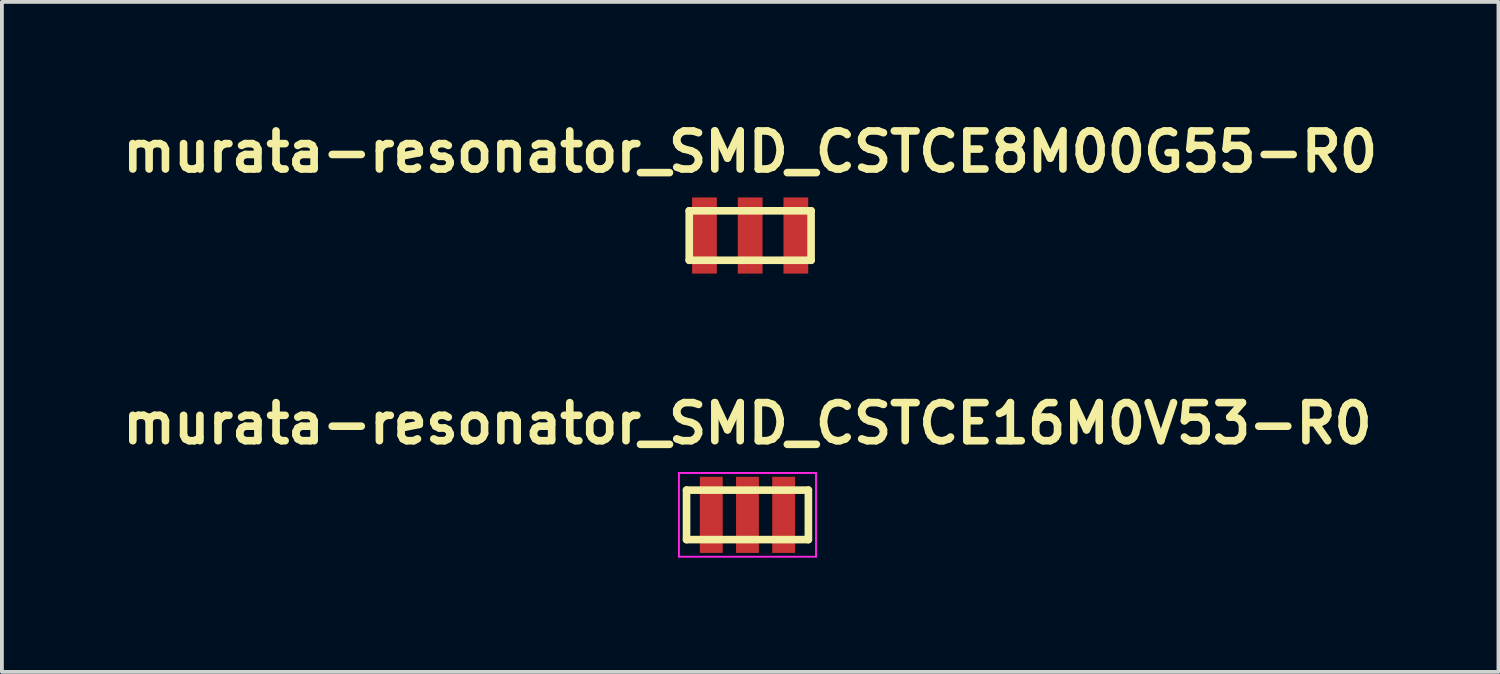
<source format=kicad_pcb>
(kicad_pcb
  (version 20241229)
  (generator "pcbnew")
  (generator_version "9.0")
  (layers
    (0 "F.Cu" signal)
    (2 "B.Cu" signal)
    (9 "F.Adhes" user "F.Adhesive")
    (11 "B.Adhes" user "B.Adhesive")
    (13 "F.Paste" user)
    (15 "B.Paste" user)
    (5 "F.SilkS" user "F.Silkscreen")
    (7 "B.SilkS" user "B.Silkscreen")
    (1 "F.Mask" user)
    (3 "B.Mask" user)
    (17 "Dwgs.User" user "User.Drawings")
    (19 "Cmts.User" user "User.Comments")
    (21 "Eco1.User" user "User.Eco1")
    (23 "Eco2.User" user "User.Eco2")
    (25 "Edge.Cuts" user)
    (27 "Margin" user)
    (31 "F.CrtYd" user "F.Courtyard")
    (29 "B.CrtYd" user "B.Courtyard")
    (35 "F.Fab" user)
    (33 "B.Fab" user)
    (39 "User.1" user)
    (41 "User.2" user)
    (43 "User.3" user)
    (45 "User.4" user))
  (footprint "murata-resonator_SMD_CSTCE16M0V53-R0"
    (layer "F.Cu")
    (at 16.581 10.472)
    (property "Reference" "murata-resonator_SMD_CSTCE16M0V53-R0" (at 0 -2.4 0) (layer "F.SilkS") (effects (font (size 1 1) (thickness 0.2))))
    (attr through_hole)
    (fp_line (start -1.6 -0.65) (end -1.6 0.65) (stroke (width 0.2) (type solid)) (layer "F.SilkS"))
    (fp_line (start -1.6 -0.65) (end 1.6 -0.65) (stroke (width 0.2) (type solid)) (layer "F.SilkS"))
    (fp_line (start 1.6 0.65) (end -1.6 0.65) (stroke (width 0.2) (type solid)) (layer "F.SilkS"))
    (fp_line (start 1.6 -0.65) (end 1.6 0.65) (stroke (width 0.2) (type solid)) (layer "F.SilkS"))
    (fp_line (start -1.8 -1.1) (end 1.8 -1.1) (stroke (width 0.05) (type solid)) (layer "F.CrtYd"))
    (fp_line (start -1.8 1.1) (end -1.8 -1.1) (stroke (width 0.05) (type solid)) (layer "F.CrtYd"))
    (fp_line (start 1.8 -1.1) (end 1.8 1.1) (stroke (width 0.05) (type solid)) (layer "F.CrtYd"))
    (fp_line (start 1.8 1.1) (end -1.8 1.1) (stroke (width 0.05) (type solid)) (layer "F.CrtYd"))
    (pad "1" smd rect (at -0.95 0) (size 0.6 2) (layers "F.Cu" "F.Mask" "F.Paste"))
    (pad "2" smd rect (at 0 0) (size 0.6 2) (layers "F.Cu" "F.Mask" "F.Paste"))
    (pad "3" smd rect (at 0.95 0) (size 0.6 2) (layers "F.Cu" "F.Mask" "F.Paste")))
  (footprint "murata-resonator_SMD_CSTCE8M00G55-R0"
    (layer "F.Cu")
    (at 16.652 3.136)
    (property "Reference" "murata-resonator_SMD_CSTCE8M00G55-R0" (at 0 -2.2 0) (layer "F.SilkS") (effects (font (size 1 1) (thickness 0.2))))
    (attr through_hole)
    (fp_line (start -1.6 -0.65) (end -1.6 0.65) (stroke (width 0.2) (type solid)) (layer "F.SilkS"))
    (fp_line (start -1.6 -0.65) (end 1.6 -0.65) (stroke (width 0.2) (type solid)) (layer "F.SilkS"))
    (fp_line (start 1.6 0.65) (end -1.6 0.65) (stroke (width 0.2) (type solid)) (layer "F.SilkS"))
    (fp_line (start 1.6 -0.65) (end 1.6 0.65) (stroke (width 0.2) (type solid)) (layer "F.SilkS"))
    (pad "1" smd rect (at -1.2 0) (size 0.65 2) (layers "F.Cu" "F.Mask" "F.Paste"))
    (pad "2" smd rect (at 0 0) (size 0.65 2) (layers "F.Cu" "F.Mask" "F.Paste"))
    (pad "3" smd rect (at 1.2 0) (size 0.65 2) (layers "F.Cu" "F.Mask" "F.Paste")))
  (gr_rect
    (start -3 -3)
    (end 36.305 14.597)
    (stroke (width 0.1) (type default))
    (fill no)
    (layer "Edge.Cuts")))
</source>
